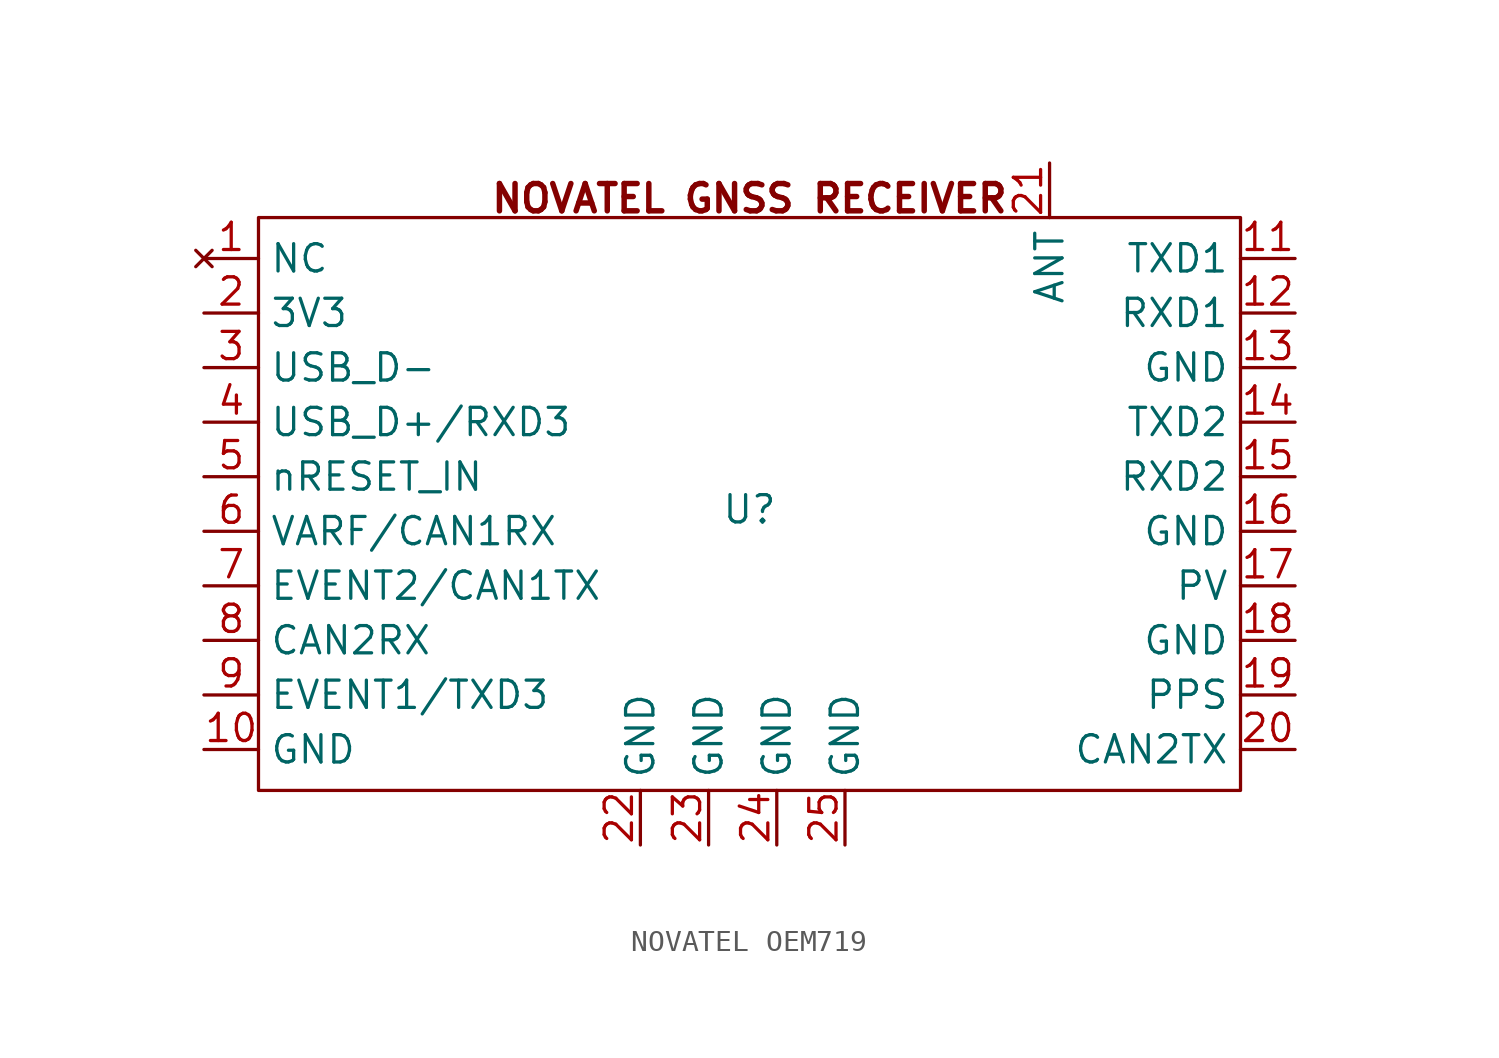
<source format=kicad_sym>
(kicad_symbol_lib
  (version 20241209)
  (generator "kicad_symbol_editor")
  (generator_version "9.0")
  (symbol "NOVATEL OEM719"
    (property "Reference" "U"
      (at 0 -0.254 0)
      (effects (font (size 1.27 1.27))))
    (property "Value" ""
      (at 0 0 0)
      (effects (font (size 1.27 1.27))))
    (symbol "NOVATEL OEM719_0_1"
      (rectangle (start -22.86 13.335) (end 22.86 -13.335) (stroke (width 0) (type default)) (fill (type none))))
    (symbol "NOVATEL OEM719_1_1"
      (text "NOVATEL GNSS RECEIVER" (at 0 14.224 0) (effects (font (size 1.27 1.27) (thickness 0.254) (bold yes))))
      (pin no_connect line (at -25.4 11.43 0) (length 2.54) (name "NC" (effects (font (size 1.27 1.27)))) (number "1" (effects (font (size 1.27 1.27)))))
      (pin power_in line (at -25.4 8.89 0) (length 2.54) (name "3V3" (effects (font (size 1.27 1.27)))) (number "2" (effects (font (size 1.27 1.27)))))
      (pin bidirectional line (at -25.4 6.35 0) (length 2.54) (name "USB_D-" (effects (font (size 1.27 1.27)))) (number "3" (effects (font (size 1.27 1.27)))))
      (pin bidirectional line (at -25.4 3.81 0) (length 2.54) (name "USB_D+/RXD3" (effects (font (size 1.27 1.27)))) (number "4" (effects (font (size 1.27 1.27)))))
      (pin input line (at -25.4 1.27 0) (length 2.54) (name "nRESET_IN" (effects (font (size 1.27 1.27)))) (number "5" (effects (font (size 1.27 1.27)))))
      (pin input line (at -25.4 -1.27 0) (length 2.54) (name "VARF/CAN1RX" (effects (font (size 1.27 1.27)))) (number "6" (effects (font (size 1.27 1.27)))))
      (pin output line (at -25.4 -3.81 0) (length 2.54) (name "EVENT2/CAN1TX" (effects (font (size 1.27 1.27)))) (number "7" (effects (font (size 1.27 1.27)))))
      (pin input line (at -25.4 -6.35 0) (length 2.54) (name "CAN2RX" (effects (font (size 1.27 1.27)))) (number "8" (effects (font (size 1.27 1.27)))))
      (pin output line (at -25.4 -8.89 0) (length 2.54) (name "EVENT1/TXD3" (effects (font (size 1.27 1.27)))) (number "9" (effects (font (size 1.27 1.27)))))
      (pin bidirectional line (at -25.4 -11.43 0) (length 2.54) (name "GND" (effects (font (size 1.27 1.27)))) (number "10" (effects (font (size 1.27 1.27)))))
      (pin bidirectional line (at -5.08 -15.875 90) (length 2.54) (name "GND" (effects (font (size 1.27 1.27)))) (number "22" (effects (font (size 1.27 1.27)))))
      (pin bidirectional line (at -1.905 -15.875 90) (length 2.54) (name "GND" (effects (font (size 1.27 1.27)))) (number "23" (effects (font (size 1.27 1.27)))))
      (pin bidirectional line (at 1.27 -15.875 90) (length 2.54) (name "GND" (effects (font (size 1.27 1.27)))) (number "24" (effects (font (size 1.27 1.27)))))
      (pin bidirectional line (at 4.445 -15.875 90) (length 2.54) (name "GND" (effects (font (size 1.27 1.27)))) (number "25" (effects (font (size 1.27 1.27)))))
      (pin input line (at 13.97 15.875 270) (length 2.54) (name "ANT" (effects (font (size 1.27 1.27)))) (number "21" (effects (font (size 1.27 1.27)))))
      (pin output line (at 25.4 11.43 180) (length 2.54) (name "TXD1" (effects (font (size 1.27 1.27)))) (number "11" (effects (font (size 1.27 1.27)))))
      (pin output line (at 25.4 8.89 180) (length 2.54) (name "RXD1" (effects (font (size 1.27 1.27)))) (number "12" (effects (font (size 1.27 1.27)))))
      (pin bidirectional line (at 25.4 6.35 180) (length 2.54) (name "GND" (effects (font (size 1.27 1.27)))) (number "13" (effects (font (size 1.27 1.27)))))
      (pin output line (at 25.4 3.81 180) (length 2.54) (name "TXD2" (effects (font (size 1.27 1.27)))) (number "14" (effects (font (size 1.27 1.27)))))
      (pin input line (at 25.4 1.27 180) (length 2.54) (name "RXD2" (effects (font (size 1.27 1.27)))) (number "15" (effects (font (size 1.27 1.27)))))
      (pin bidirectional line (at 25.4 -1.27 180) (length 2.54) (name "GND" (effects (font (size 1.27 1.27)))) (number "16" (effects (font (size 1.27 1.27)))))
      (pin output line (at 25.4 -3.81 180) (length 2.54) (name "PV" (effects (font (size 1.27 1.27)))) (number "17" (effects (font (size 1.27 1.27)))))
      (pin bidirectional line (at 25.4 -6.35 180) (length 2.54) (name "GND" (effects (font (size 1.27 1.27)))) (number "18" (effects (font (size 1.27 1.27)))))
      (pin output line (at 25.4 -8.89 180) (length 2.54) (name "PPS" (effects (font (size 1.27 1.27)))) (number "19" (effects (font (size 1.27 1.27)))))
      (pin output line (at 25.4 -11.43 180) (length 2.54) (name "CAN2TX" (effects (font (size 1.27 1.27)))) (number "20" (effects (font (size 1.27 1.27))))))))
</source>
